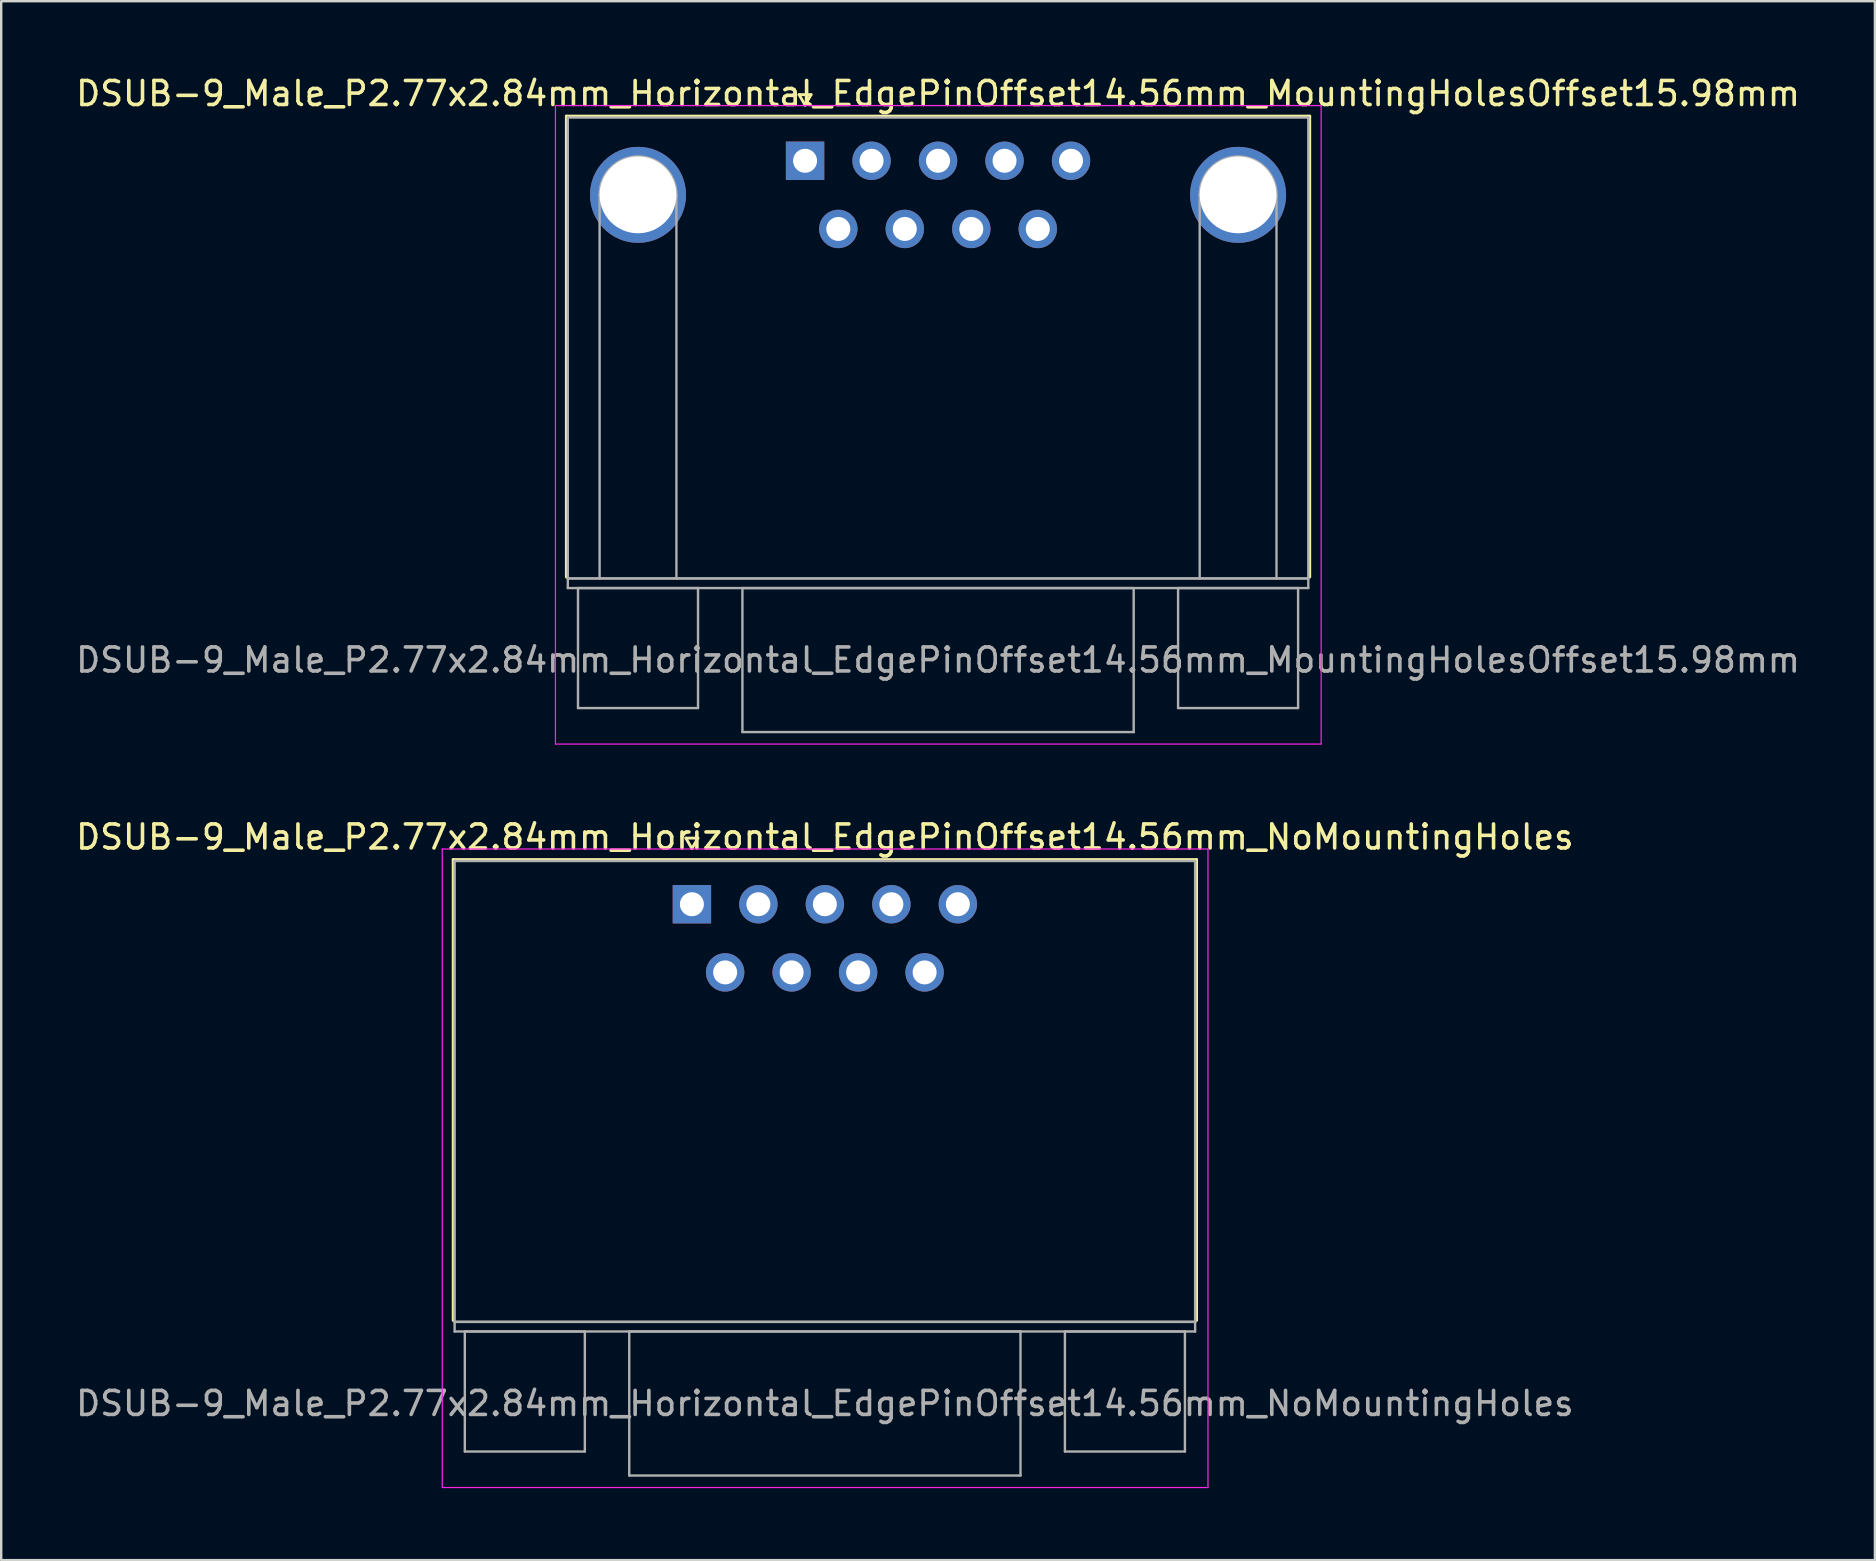
<source format=kicad_pcb>
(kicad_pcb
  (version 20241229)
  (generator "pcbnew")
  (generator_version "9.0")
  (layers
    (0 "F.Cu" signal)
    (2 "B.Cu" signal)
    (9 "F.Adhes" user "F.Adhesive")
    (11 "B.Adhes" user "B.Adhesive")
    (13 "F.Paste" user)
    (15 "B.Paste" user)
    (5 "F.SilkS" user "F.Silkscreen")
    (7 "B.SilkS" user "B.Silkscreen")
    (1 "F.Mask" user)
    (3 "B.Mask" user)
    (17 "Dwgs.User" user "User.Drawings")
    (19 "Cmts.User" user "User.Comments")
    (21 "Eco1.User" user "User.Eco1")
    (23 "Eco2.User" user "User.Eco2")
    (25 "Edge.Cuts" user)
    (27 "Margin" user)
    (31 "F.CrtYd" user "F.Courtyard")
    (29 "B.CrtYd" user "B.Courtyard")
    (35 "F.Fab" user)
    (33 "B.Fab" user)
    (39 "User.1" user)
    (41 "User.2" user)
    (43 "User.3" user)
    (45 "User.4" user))
  (footprint "DSUB-9_Male_P2.77x2.84mm_Horizontal_EdgePinOffset14.56mm_MountingHolesOffset15.98mm"
    (layer "F.Cu")
    (at 30.49 3.648)
    (property "Reference" "DSUB-9_Male_P2.77x2.84mm_Horizontal_EdgePinOffset14.56mm_MountingHolesOffset15.98mm" (at 5.54 -2.8 0) (layer "F.SilkS") (effects (font (size 1 1) (thickness 0.15))))
    (attr through_hole)
    (fp_line (start -9.945 -1.86) (end 21.025 -1.86) (stroke (width 0.12) (type solid)) (layer "F.SilkS"))
    (fp_line (start -9.945 17.34) (end -9.945 -1.86) (stroke (width 0.12) (type solid)) (layer "F.SilkS"))
    (fp_line (start -0.25 -2.754) (end 0.25 -2.754) (stroke (width 0.12) (type solid)) (layer "F.SilkS"))
    (fp_line (start 0 -2.321) (end -0.25 -2.754) (stroke (width 0.12) (type solid)) (layer "F.SilkS"))
    (fp_line (start 0.25 -2.754) (end 0 -2.321) (stroke (width 0.12) (type solid)) (layer "F.SilkS"))
    (fp_line (start 21.025 -1.86) (end 21.025 17.34) (stroke (width 0.12) (type solid)) (layer "F.SilkS"))
    (fp_line (start -10.4 -2.3) (end -10.4 24.3) (stroke (width 0.05) (type solid)) (layer "F.CrtYd"))
    (fp_line (start -10.4 24.3) (end 21.5 24.3) (stroke (width 0.05) (type solid)) (layer "F.CrtYd"))
    (fp_line (start 21.5 -2.3) (end -10.4 -2.3) (stroke (width 0.05) (type solid)) (layer "F.CrtYd"))
    (fp_line (start 21.5 24.3) (end 21.5 -2.3) (stroke (width 0.05) (type solid)) (layer "F.CrtYd"))
    (fp_line (start -9.885 -1.8) (end -9.885 17.4) (stroke (width 0.1) (type solid)) (layer "F.Fab"))
    (fp_line (start -9.885 17.4) (end -9.885 17.8) (stroke (width 0.1) (type solid)) (layer "F.Fab"))
    (fp_line (start -9.885 17.4) (end 20.965 17.4) (stroke (width 0.1) (type solid)) (layer "F.Fab"))
    (fp_line (start -9.885 17.8) (end 20.965 17.8) (stroke (width 0.1) (type solid)) (layer "F.Fab"))
    (fp_line (start -9.46 17.8) (end -9.46 22.8) (stroke (width 0.1) (type solid)) (layer "F.Fab"))
    (fp_line (start -9.46 22.8) (end -4.46 22.8) (stroke (width 0.1) (type solid)) (layer "F.Fab"))
    (fp_line (start -8.56 17.4) (end -8.56 1.42) (stroke (width 0.1) (type solid)) (layer "F.Fab"))
    (fp_line (start -5.36 17.4) (end -5.36 1.42) (stroke (width 0.1) (type solid)) (layer "F.Fab"))
    (fp_line (start -4.46 17.8) (end -9.46 17.8) (stroke (width 0.1) (type solid)) (layer "F.Fab"))
    (fp_line (start -4.46 22.8) (end -4.46 17.8) (stroke (width 0.1) (type solid)) (layer "F.Fab"))
    (fp_line (start -2.61 17.8) (end -2.61 23.8) (stroke (width 0.1) (type solid)) (layer "F.Fab"))
    (fp_line (start -2.61 23.8) (end 13.69 23.8) (stroke (width 0.1) (type solid)) (layer "F.Fab"))
    (fp_line (start 13.69 17.8) (end -2.61 17.8) (stroke (width 0.1) (type solid)) (layer "F.Fab"))
    (fp_line (start 13.69 23.8) (end 13.69 17.8) (stroke (width 0.1) (type solid)) (layer "F.Fab"))
    (fp_line (start 15.54 17.8) (end 15.54 22.8) (stroke (width 0.1) (type solid)) (layer "F.Fab"))
    (fp_line (start 15.54 22.8) (end 20.54 22.8) (stroke (width 0.1) (type solid)) (layer "F.Fab"))
    (fp_line (start 16.44 17.4) (end 16.44 1.42) (stroke (width 0.1) (type solid)) (layer "F.Fab"))
    (fp_line (start 19.64 17.4) (end 19.64 1.42) (stroke (width 0.1) (type solid)) (layer "F.Fab"))
    (fp_line (start 20.54 17.8) (end 15.54 17.8) (stroke (width 0.1) (type solid)) (layer "F.Fab"))
    (fp_line (start 20.54 22.8) (end 20.54 17.8) (stroke (width 0.1) (type solid)) (layer "F.Fab"))
    (fp_line (start 20.965 -1.8) (end -9.885 -1.8) (stroke (width 0.1) (type solid)) (layer "F.Fab"))
    (fp_line (start 20.965 17.4) (end -9.885 17.4) (stroke (width 0.1) (type solid)) (layer "F.Fab"))
    (fp_line (start 20.965 17.4) (end 20.965 -1.8) (stroke (width 0.1) (type solid)) (layer "F.Fab"))
    (fp_line (start 20.965 17.8) (end 20.965 17.4) (stroke (width 0.1) (type solid)) (layer "F.Fab"))
    (fp_arc (start -8.56 1.42) (mid -6.96 -0.18) (end -5.36 1.42) (stroke (width 0.1) (type solid)) (layer "F.Fab"))
    (fp_arc (start 16.44 1.42) (mid 18.04 -0.18) (end 19.64 1.42) (stroke (width 0.1) (type solid)) (layer "F.Fab"))
    (fp_text user "${REFERENCE}" (at 5.54 20.8 0) (layer "F.Fab") (effects (font (size 1 1) (thickness 0.15))))
    (pad "0" thru_hole circle (at -6.96 1.42) (size 4 4) (drill 3.2) (layers "*.Cu" "*.Mask"))
    (pad "0" thru_hole circle (at 18.04 1.42) (size 4 4) (drill 3.2) (layers "*.Cu" "*.Mask"))
    (pad "1" thru_hole rect (at 0 0) (size 1.6 1.6) (drill 1) (layers "*.Cu" "*.Mask"))
    (pad "2" thru_hole circle (at 2.77 0) (size 1.6 1.6) (drill 1) (layers "*.Cu" "*.Mask"))
    (pad "3" thru_hole circle (at 5.54 0) (size 1.6 1.6) (drill 1) (layers "*.Cu" "*.Mask"))
    (pad "4" thru_hole circle (at 8.31 0) (size 1.6 1.6) (drill 1) (layers "*.Cu" "*.Mask"))
    (pad "5" thru_hole circle (at 11.08 0) (size 1.6 1.6) (drill 1) (layers "*.Cu" "*.Mask"))
    (pad "6" thru_hole circle (at 1.385 2.84) (size 1.6 1.6) (drill 1) (layers "*.Cu" "*.Mask"))
    (pad "7" thru_hole circle (at 4.155 2.84) (size 1.6 1.6) (drill 1) (layers "*.Cu" "*.Mask"))
    (pad "8" thru_hole circle (at 6.925 2.84) (size 1.6 1.6) (drill 1) (layers "*.Cu" "*.Mask"))
    (pad "9" thru_hole circle (at 9.695 2.84) (size 1.6 1.6) (drill 1) (layers "*.Cu" "*.Mask")))
  (footprint "DSUB-9_Male_P2.77x2.84mm_Horizontal_EdgePinOffset14.56mm_NoMountingHoles"
    (layer "F.Cu")
    (at 25.775 34.621)
    (property "Reference" "DSUB-9_Male_P2.77x2.84mm_Horizontal_EdgePinOffset14.56mm_NoMountingHoles" (at 5.54 -2.8 0) (layer "F.SilkS") (effects (font (size 1 1) (thickness 0.15))))
    (attr through_hole)
    (fp_line (start -9.945 -1.86) (end 21.025 -1.86) (stroke (width 0.12) (type solid)) (layer "F.SilkS"))
    (fp_line (start -9.945 17.34) (end -9.945 -1.86) (stroke (width 0.12) (type solid)) (layer "F.SilkS"))
    (fp_line (start -0.25 -2.754) (end 0.25 -2.754) (stroke (width 0.12) (type solid)) (layer "F.SilkS"))
    (fp_line (start 0 -2.321) (end -0.25 -2.754) (stroke (width 0.12) (type solid)) (layer "F.SilkS"))
    (fp_line (start 0.25 -2.754) (end 0 -2.321) (stroke (width 0.12) (type solid)) (layer "F.SilkS"))
    (fp_line (start 21.025 -1.86) (end 21.025 17.34) (stroke (width 0.12) (type solid)) (layer "F.SilkS"))
    (fp_line (start -10.4 -2.3) (end -10.4 24.3) (stroke (width 0.05) (type solid)) (layer "F.CrtYd"))
    (fp_line (start -10.4 24.3) (end 21.5 24.3) (stroke (width 0.05) (type solid)) (layer "F.CrtYd"))
    (fp_line (start 21.5 -2.3) (end -10.4 -2.3) (stroke (width 0.05) (type solid)) (layer "F.CrtYd"))
    (fp_line (start 21.5 24.3) (end 21.5 -2.3) (stroke (width 0.05) (type solid)) (layer "F.CrtYd"))
    (fp_line (start -9.885 -1.8) (end -9.885 17.4) (stroke (width 0.1) (type solid)) (layer "F.Fab"))
    (fp_line (start -9.885 17.4) (end -9.885 17.8) (stroke (width 0.1) (type solid)) (layer "F.Fab"))
    (fp_line (start -9.885 17.4) (end 20.965 17.4) (stroke (width 0.1) (type solid)) (layer "F.Fab"))
    (fp_line (start -9.885 17.8) (end 20.965 17.8) (stroke (width 0.1) (type solid)) (layer "F.Fab"))
    (fp_line (start -9.46 17.8) (end -9.46 22.8) (stroke (width 0.1) (type solid)) (layer "F.Fab"))
    (fp_line (start -9.46 22.8) (end -4.46 22.8) (stroke (width 0.1) (type solid)) (layer "F.Fab"))
    (fp_line (start -4.46 17.8) (end -9.46 17.8) (stroke (width 0.1) (type solid)) (layer "F.Fab"))
    (fp_line (start -4.46 22.8) (end -4.46 17.8) (stroke (width 0.1) (type solid)) (layer "F.Fab"))
    (fp_line (start -2.61 17.8) (end -2.61 23.8) (stroke (width 0.1) (type solid)) (layer "F.Fab"))
    (fp_line (start -2.61 23.8) (end 13.69 23.8) (stroke (width 0.1) (type solid)) (layer "F.Fab"))
    (fp_line (start 13.69 17.8) (end -2.61 17.8) (stroke (width 0.1) (type solid)) (layer "F.Fab"))
    (fp_line (start 13.69 23.8) (end 13.69 17.8) (stroke (width 0.1) (type solid)) (layer "F.Fab"))
    (fp_line (start 15.54 17.8) (end 15.54 22.8) (stroke (width 0.1) (type solid)) (layer "F.Fab"))
    (fp_line (start 15.54 22.8) (end 20.54 22.8) (stroke (width 0.1) (type solid)) (layer "F.Fab"))
    (fp_line (start 20.54 17.8) (end 15.54 17.8) (stroke (width 0.1) (type solid)) (layer "F.Fab"))
    (fp_line (start 20.54 22.8) (end 20.54 17.8) (stroke (width 0.1) (type solid)) (layer "F.Fab"))
    (fp_line (start 20.965 -1.8) (end -9.885 -1.8) (stroke (width 0.1) (type solid)) (layer "F.Fab"))
    (fp_line (start 20.965 17.4) (end -9.885 17.4) (stroke (width 0.1) (type solid)) (layer "F.Fab"))
    (fp_line (start 20.965 17.4) (end 20.965 -1.8) (stroke (width 0.1) (type solid)) (layer "F.Fab"))
    (fp_line (start 20.965 17.8) (end 20.965 17.4) (stroke (width 0.1) (type solid)) (layer "F.Fab"))
    (fp_text user "${REFERENCE}" (at 5.54 20.8 0) (layer "F.Fab") (effects (font (size 1 1) (thickness 0.15))))
    (pad "1" thru_hole rect (at 0 0) (size 1.6 1.6) (drill 1) (layers "*.Cu" "*.Mask"))
    (pad "2" thru_hole circle (at 2.77 0) (size 1.6 1.6) (drill 1) (layers "*.Cu" "*.Mask"))
    (pad "3" thru_hole circle (at 5.54 0) (size 1.6 1.6) (drill 1) (layers "*.Cu" "*.Mask"))
    (pad "4" thru_hole circle (at 8.31 0) (size 1.6 1.6) (drill 1) (layers "*.Cu" "*.Mask"))
    (pad "5" thru_hole circle (at 11.08 0) (size 1.6 1.6) (drill 1) (layers "*.Cu" "*.Mask"))
    (pad "6" thru_hole circle (at 1.385 2.84) (size 1.6 1.6) (drill 1) (layers "*.Cu" "*.Mask"))
    (pad "7" thru_hole circle (at 4.155 2.84) (size 1.6 1.6) (drill 1) (layers "*.Cu" "*.Mask"))
    (pad "8" thru_hole circle (at 6.925 2.84) (size 1.6 1.6) (drill 1) (layers "*.Cu" "*.Mask"))
    (pad "9" thru_hole circle (at 9.695 2.84) (size 1.6 1.6) (drill 1) (layers "*.Cu" "*.Mask")))
  (gr_rect
    (start -3 -3)
    (end 75.06 61.947)
    (stroke (width 0.1) (type default))
    (fill no)
    (layer "Edge.Cuts")))
</source>
